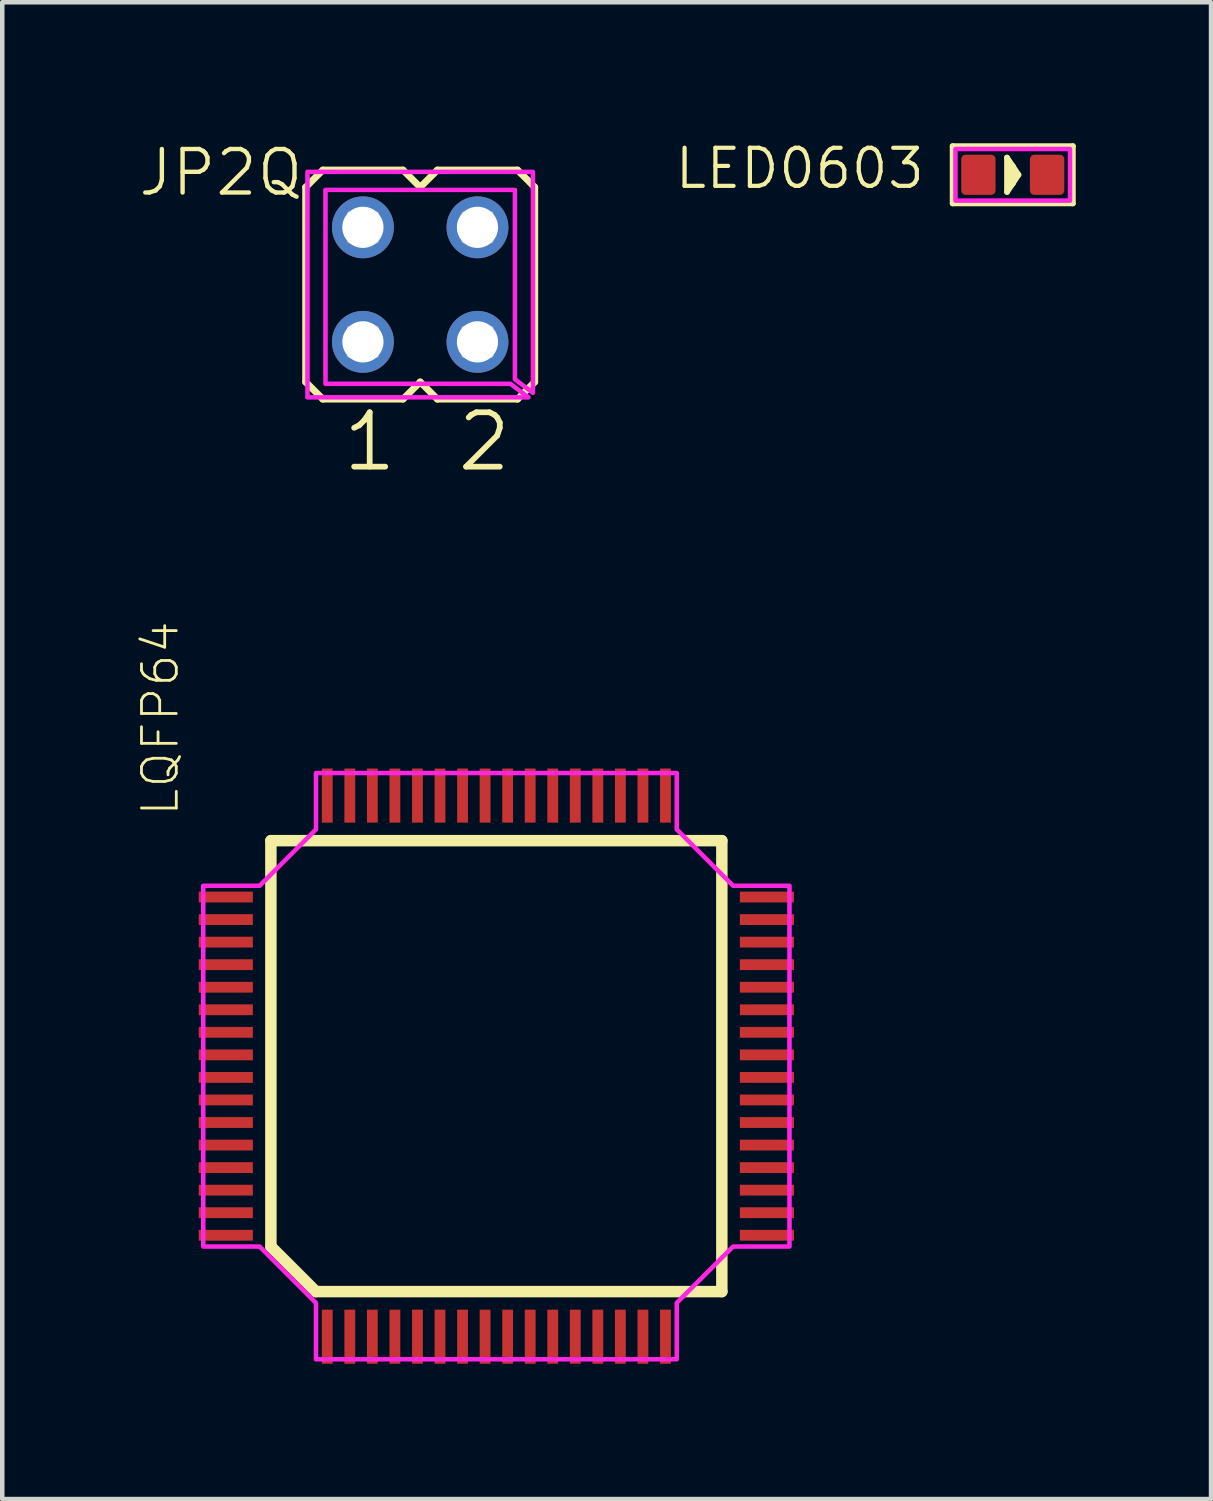
<source format=kicad_pcb>
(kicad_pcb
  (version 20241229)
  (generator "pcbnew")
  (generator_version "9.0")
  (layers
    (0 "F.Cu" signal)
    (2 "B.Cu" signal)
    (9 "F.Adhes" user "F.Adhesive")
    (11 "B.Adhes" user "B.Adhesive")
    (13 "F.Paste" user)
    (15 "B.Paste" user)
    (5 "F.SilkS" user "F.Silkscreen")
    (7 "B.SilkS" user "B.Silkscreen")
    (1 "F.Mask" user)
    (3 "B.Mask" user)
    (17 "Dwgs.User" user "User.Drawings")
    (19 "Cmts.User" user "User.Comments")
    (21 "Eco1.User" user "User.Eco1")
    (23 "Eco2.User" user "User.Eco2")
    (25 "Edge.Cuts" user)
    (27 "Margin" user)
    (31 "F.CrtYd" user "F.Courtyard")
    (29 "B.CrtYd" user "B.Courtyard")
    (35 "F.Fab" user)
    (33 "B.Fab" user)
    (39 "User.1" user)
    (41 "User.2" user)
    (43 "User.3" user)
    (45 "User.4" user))
  (footprint "LQFP64"
    (layer "F.Cu")
    (at 7.957 20.592)
    (property "Reference" "LQFP64" (at -7 -5.5 90) (layer "F.SilkS") (effects (font (size 0.772 0.772) (thickness 0.062)) (justify left bottom)))
    (attr smd)
    (fp_line (start -5 -5) (end 5 -5) (stroke (width 0.254) (type solid)) (layer "F.SilkS"))
    (fp_line (start -5 4) (end -5 -5) (stroke (width 0.254) (type solid)) (layer "F.SilkS"))
    (fp_line (start -5 4) (end -4 5) (stroke (width 0.254) (type solid)) (layer "F.SilkS"))
    (fp_line (start 5 -5) (end 5 5) (stroke (width 0.254) (type solid)) (layer "F.SilkS"))
    (fp_line (start 5 5) (end -4 5) (stroke (width 0.254) (type solid)) (layer "F.SilkS"))
    (fp_poly (pts (xy 4 -5.25) (xy 5.25 -4) (xy 6.5 -4) (xy 6.5 4) (xy 5.25 4) (xy 4 5.25) (xy 4 6.5) (xy -4 6.5) (xy -4 5.25) (xy -5.25 4) (xy -6.5 4) (xy -6.5 -4) (xy -5.25 -4) (xy -4 -5.25) (xy -4 -6.5) (xy 4 -6.5)) (stroke (width 0.1) (type solid)) (fill no) (layer "F.CrtYd"))
    (pad "1" smd rect (at -3.75 6 90) (size 1.2 0.24) (layers "F.Cu" "F.Mask" "F.Paste"))
    (pad "2" smd rect (at -3.25 6 90) (size 1.2 0.24) (layers "F.Cu" "F.Mask" "F.Paste"))
    (pad "3" smd rect (at -2.75 6 90) (size 1.2 0.24) (layers "F.Cu" "F.Mask" "F.Paste"))
    (pad "4" smd rect (at -2.25 6 90) (size 1.2 0.24) (layers "F.Cu" "F.Mask" "F.Paste"))
    (pad "5" smd rect (at -1.75 6 90) (size 1.2 0.24) (layers "F.Cu" "F.Mask" "F.Paste"))
    (pad "6" smd rect (at -1.25 6 90) (size 1.2 0.24) (layers "F.Cu" "F.Mask" "F.Paste"))
    (pad "7" smd rect (at -0.75 6 90) (size 1.2 0.24) (layers "F.Cu" "F.Mask" "F.Paste"))
    (pad "8" smd rect (at -0.25 6 90) (size 1.2 0.24) (layers "F.Cu" "F.Mask" "F.Paste"))
    (pad "9" smd rect (at 0.25 6 90) (size 1.2 0.24) (layers "F.Cu" "F.Mask" "F.Paste"))
    (pad "10" smd rect (at 0.75 6 90) (size 1.2 0.24) (layers "F.Cu" "F.Mask" "F.Paste"))
    (pad "11" smd rect (at 1.25 6 90) (size 1.2 0.24) (layers "F.Cu" "F.Mask" "F.Paste"))
    (pad "12" smd rect (at 1.75 6 90) (size 1.2 0.24) (layers "F.Cu" "F.Mask" "F.Paste"))
    (pad "13" smd rect (at 2.25 6 90) (size 1.2 0.24) (layers "F.Cu" "F.Mask" "F.Paste"))
    (pad "14" smd rect (at 2.75 6 90) (size 1.2 0.24) (layers "F.Cu" "F.Mask" "F.Paste"))
    (pad "15" smd rect (at 3.25 6 90) (size 1.2 0.24) (layers "F.Cu" "F.Mask" "F.Paste"))
    (pad "16" smd rect (at 3.75 6 90) (size 1.2 0.24) (layers "F.Cu" "F.Mask" "F.Paste"))
    (pad "17" smd rect (at 6 3.75 180) (size 1.2 0.24) (layers "F.Cu" "F.Mask" "F.Paste"))
    (pad "18" smd rect (at 6 3.25 180) (size 1.2 0.24) (layers "F.Cu" "F.Mask" "F.Paste"))
    (pad "19" smd rect (at 6 2.75 180) (size 1.2 0.24) (layers "F.Cu" "F.Mask" "F.Paste"))
    (pad "20" smd rect (at 6 2.25 180) (size 1.2 0.24) (layers "F.Cu" "F.Mask" "F.Paste"))
    (pad "21" smd rect (at 6 1.75 180) (size 1.2 0.24) (layers "F.Cu" "F.Mask" "F.Paste"))
    (pad "22" smd rect (at 6 1.25 180) (size 1.2 0.24) (layers "F.Cu" "F.Mask" "F.Paste"))
    (pad "23" smd rect (at 6 0.75 180) (size 1.2 0.24) (layers "F.Cu" "F.Mask" "F.Paste"))
    (pad "24" smd rect (at 6 0.25 180) (size 1.2 0.24) (layers "F.Cu" "F.Mask" "F.Paste"))
    (pad "25" smd rect (at 6 -0.25 180) (size 1.2 0.24) (layers "F.Cu" "F.Mask" "F.Paste"))
    (pad "26" smd rect (at 6 -0.75 180) (size 1.2 0.24) (layers "F.Cu" "F.Mask" "F.Paste"))
    (pad "27" smd rect (at 6 -1.25 180) (size 1.2 0.24) (layers "F.Cu" "F.Mask" "F.Paste"))
    (pad "28" smd rect (at 6 -1.75 180) (size 1.2 0.24) (layers "F.Cu" "F.Mask" "F.Paste"))
    (pad "29" smd rect (at 6 -2.25 180) (size 1.2 0.24) (layers "F.Cu" "F.Mask" "F.Paste"))
    (pad "30" smd rect (at 6 -2.75 180) (size 1.2 0.24) (layers "F.Cu" "F.Mask" "F.Paste"))
    (pad "31" smd rect (at 6 -3.25 180) (size 1.2 0.24) (layers "F.Cu" "F.Mask" "F.Paste"))
    (pad "32" smd rect (at 6 -3.75 180) (size 1.2 0.24) (layers "F.Cu" "F.Mask" "F.Paste"))
    (pad "33" smd rect (at 3.75 -6 270) (size 1.2 0.24) (layers "F.Cu" "F.Mask" "F.Paste"))
    (pad "34" smd rect (at 3.25 -6 270) (size 1.2 0.24) (layers "F.Cu" "F.Mask" "F.Paste"))
    (pad "35" smd rect (at 2.75 -6 270) (size 1.2 0.24) (layers "F.Cu" "F.Mask" "F.Paste"))
    (pad "36" smd rect (at 2.25 -6 270) (size 1.2 0.24) (layers "F.Cu" "F.Mask" "F.Paste"))
    (pad "37" smd rect (at 1.75 -6 270) (size 1.2 0.24) (layers "F.Cu" "F.Mask" "F.Paste"))
    (pad "38" smd rect (at 1.25 -6 270) (size 1.2 0.24) (layers "F.Cu" "F.Mask" "F.Paste"))
    (pad "39" smd rect (at 0.75 -6 270) (size 1.2 0.24) (layers "F.Cu" "F.Mask" "F.Paste"))
    (pad "40" smd rect (at 0.25 -6 270) (size 1.2 0.24) (layers "F.Cu" "F.Mask" "F.Paste"))
    (pad "41" smd rect (at -0.25 -6 270) (size 1.2 0.24) (layers "F.Cu" "F.Mask" "F.Paste"))
    (pad "42" smd rect (at -0.75 -6 270) (size 1.2 0.24) (layers "F.Cu" "F.Mask" "F.Paste"))
    (pad "43" smd rect (at -1.25 -6 270) (size 1.2 0.24) (layers "F.Cu" "F.Mask" "F.Paste"))
    (pad "44" smd rect (at -1.75 -6 270) (size 1.2 0.24) (layers "F.Cu" "F.Mask" "F.Paste"))
    (pad "45" smd rect (at -2.25 -6 270) (size 1.2 0.24) (layers "F.Cu" "F.Mask" "F.Paste"))
    (pad "46" smd rect (at -2.75 -6 270) (size 1.2 0.24) (layers "F.Cu" "F.Mask" "F.Paste"))
    (pad "47" smd rect (at -3.25 -6 270) (size 1.2 0.24) (layers "F.Cu" "F.Mask" "F.Paste"))
    (pad "48" smd rect (at -3.75 -6 270) (size 1.2 0.24) (layers "F.Cu" "F.Mask" "F.Paste"))
    (pad "49" smd rect (at -6 -3.75) (size 1.2 0.24) (layers "F.Cu" "F.Mask" "F.Paste"))
    (pad "50" smd rect (at -6 -3.25) (size 1.2 0.24) (layers "F.Cu" "F.Mask" "F.Paste"))
    (pad "51" smd rect (at -6 -2.75) (size 1.2 0.24) (layers "F.Cu" "F.Mask" "F.Paste"))
    (pad "52" smd rect (at -6 -2.25) (size 1.2 0.24) (layers "F.Cu" "F.Mask" "F.Paste"))
    (pad "53" smd rect (at -6 -1.75) (size 1.2 0.24) (layers "F.Cu" "F.Mask" "F.Paste"))
    (pad "54" smd rect (at -6 -1.25) (size 1.2 0.24) (layers "F.Cu" "F.Mask" "F.Paste"))
    (pad "55" smd rect (at -6 -0.75) (size 1.2 0.24) (layers "F.Cu" "F.Mask" "F.Paste"))
    (pad "56" smd rect (at -6 -0.25) (size 1.2 0.24) (layers "F.Cu" "F.Mask" "F.Paste"))
    (pad "57" smd rect (at -6 0.25) (size 1.2 0.24) (layers "F.Cu" "F.Mask" "F.Paste"))
    (pad "58" smd rect (at -6 0.75) (size 1.2 0.24) (layers "F.Cu" "F.Mask" "F.Paste"))
    (pad "59" smd rect (at -6 1.25) (size 1.2 0.24) (layers "F.Cu" "F.Mask" "F.Paste"))
    (pad "60" smd rect (at -6 1.75) (size 1.2 0.24) (layers "F.Cu" "F.Mask" "F.Paste"))
    (pad "61" smd rect (at -6 2.25) (size 1.2 0.24) (layers "F.Cu" "F.Mask" "F.Paste"))
    (pad "62" smd rect (at -6 2.75) (size 1.2 0.24) (layers "F.Cu" "F.Mask" "F.Paste"))
    (pad "63" smd rect (at -6 3.25) (size 1.2 0.24) (layers "F.Cu" "F.Mask" "F.Paste"))
    (pad "64" smd rect (at -6 3.75) (size 1.2 0.24) (layers "F.Cu" "F.Mask" "F.Paste")))
  (footprint "JP2Q"
    (layer "F.Cu")
    (at 6.268 3.261)
    (property "Reference" "JP2Q" (at -2.54 -3.048 180) (layer "F.SilkS") (effects (font (size 0.965 0.965) (thickness 0.097)) (justify right top)))
    (attr through_hole)
    (fp_line (start -2.54 -2.159) (end -2.159 -2.54) (stroke (width 0.152) (type solid)) (layer "F.SilkS"))
    (fp_line (start -2.54 2.159) (end -2.54 -2.159) (stroke (width 0.152) (type solid)) (layer "F.SilkS"))
    (fp_line (start -2.54 2.159) (end -2.159 2.54) (stroke (width 0.152) (type solid)) (layer "F.SilkS"))
    (fp_line (start -2.159 -2.54) (end -0.381 -2.54) (stroke (width 0.152) (type solid)) (layer "F.SilkS"))
    (fp_line (start -2.159 2.54) (end -0.381 2.54) (stroke (width 0.152) (type solid)) (layer "F.SilkS"))
    (fp_line (start -0.381 -2.54) (end 0 -2.159) (stroke (width 0.152) (type solid)) (layer "F.SilkS"))
    (fp_line (start 0 -2.159) (end 0.381 -2.54) (stroke (width 0.152) (type solid)) (layer "F.SilkS"))
    (fp_line (start 0 2.159) (end -0.381 2.54) (stroke (width 0.152) (type solid)) (layer "F.SilkS"))
    (fp_line (start 0 2.159) (end 0.381 2.54) (stroke (width 0.152) (type solid)) (layer "F.SilkS"))
    (fp_line (start 0.381 -2.54) (end 2.159 -2.54) (stroke (width 0.152) (type solid)) (layer "F.SilkS"))
    (fp_line (start 2.159 2.54) (end 0.381 2.54) (stroke (width 0.152) (type solid)) (layer "F.SilkS"))
    (fp_line (start 2.54 -2.159) (end 2.159 -2.54) (stroke (width 0.152) (type solid)) (layer "F.SilkS"))
    (fp_line (start 2.54 -2.159) (end 2.54 2.159) (stroke (width 0.152) (type solid)) (layer "F.SilkS"))
    (fp_line (start 2.54 2.159) (end 2.159 2.54) (stroke (width 0.152) (type solid)) (layer "F.SilkS"))
    (fp_poly (pts (xy 2.5 2.4) (xy 2.1 2.1) (xy 2.1 -2.1) (xy -2.1 -2.1) (xy -2.1 2.2) (xy 2 2.2) (xy 2.4 2.5) (xy -2.5 2.5) (xy -2.5 -2.5) (xy 2.5 -2.5)) (stroke (width 0.1) (type solid)) (fill no) (layer "F.CrtYd"))
    (fp_poly (pts (xy -1.575 -0.965) (xy -0.965 -0.965) (xy -0.965 -1.575) (xy -1.575 -1.575)) (stroke (width 0.1) (type solid)) (fill no) (layer "F.Fab"))
    (fp_poly (pts (xy -1.575 1.575) (xy -0.965 1.575) (xy -0.965 0.965) (xy -1.575 0.965)) (stroke (width 0.1) (type solid)) (fill no) (layer "F.Fab"))
    (fp_poly (pts (xy 0.965 -0.965) (xy 1.575 -0.965) (xy 1.575 -1.575) (xy 0.965 -1.575)) (stroke (width 0.1) (type solid)) (fill no) (layer "F.Fab"))
    (fp_poly (pts (xy 0.965 1.575) (xy 1.575 1.575) (xy 1.575 0.965) (xy 0.965 0.965)) (stroke (width 0.1) (type solid)) (fill no) (layer "F.Fab"))
    (fp_text user "2" (at 0.762 4.191 0) (layer "F.SilkS") (effects (font (size 1.206 1.206) (thickness 0.127)) (justify left bottom)))
    (fp_text user "1" (at -1.778 4.191 0) (layer "F.SilkS") (effects (font (size 1.206 1.206) (thickness 0.127)) (justify left bottom)))
    (pad "1" thru_hole circle (at -1.27 1.27) (size 1.372 1.372) (drill 0.914) (layers "*.Cu" "*.Mask"))
    (pad "2" thru_hole circle (at 1.27 1.27) (size 1.372 1.372) (drill 0.914) (layers "*.Cu" "*.Mask"))
    (pad "3" thru_hole circle (at -1.27 -1.27) (size 1.372 1.372) (drill 0.914) (layers "*.Cu" "*.Mask"))
    (pad "4" thru_hole circle (at 1.27 -1.27) (size 1.372 1.372) (drill 0.914) (layers "*.Cu" "*.Mask")))
  (footprint "LED0603"
    (layer "F.Cu")
    (at 19.408 0.826)
    (property "Reference" "LED0603" (at -1.905 -0.635 180) (layer "F.SilkS") (effects (font (size 0.845 0.845) (thickness 0.093)) (justify right top)))
    (attr smd)
    (fp_line (start -1.333 -0.635) (end 1.333 -0.635) (stroke (width 0.127) (type solid)) (layer "F.SilkS"))
    (fp_line (start -1.333 0.635) (end -1.333 -0.635) (stroke (width 0.127) (type solid)) (layer "F.SilkS"))
    (fp_line (start -0.127 -0.381) (end -0.127 0.381) (stroke (width 0.127) (type solid)) (layer "F.SilkS"))
    (fp_line (start -0.127 0.381) (end 0 0.191) (stroke (width 0.127) (type solid)) (layer "F.SilkS"))
    (fp_line (start -0.064 -0.254) (end -0.064 0.254) (stroke (width 0.127) (type solid)) (layer "F.SilkS"))
    (fp_line (start 0 -0.191) (end -0.127 -0.381) (stroke (width 0.127) (type solid)) (layer "F.SilkS"))
    (fp_line (start 0 -0.191) (end 0 0.191) (stroke (width 0.127) (type solid)) (layer "F.SilkS"))
    (fp_line (start 0 0.191) (end 0.127 0) (stroke (width 0.127) (type solid)) (layer "F.SilkS"))
    (fp_line (start 0.127 0) (end 0 -0.191) (stroke (width 0.127) (type solid)) (layer "F.SilkS"))
    (fp_line (start 1.333 -0.635) (end 1.333 0.635) (stroke (width 0.127) (type solid)) (layer "F.SilkS"))
    (fp_line (start 1.333 0.635) (end -1.333 0.635) (stroke (width 0.127) (type solid)) (layer "F.SilkS"))
    (fp_poly (pts (xy -1.27 0.572) (xy 1.27 0.572) (xy 1.27 -0.572) (xy -1.27 -0.572)) (stroke (width 0.1) (type solid)) (fill no) (layer "F.CrtYd"))
    (pad "+" smd roundrect (at -0.762 0) (size 0.762 0.889) (layers "F.Cu" "F.Mask" "F.Paste") (roundrect_rratio 0.125))
    (pad "-" smd roundrect (at 0.762 0) (size 0.762 0.889) (layers "F.Cu" "F.Mask" "F.Paste") (roundrect_rratio 0.125)))
  (gr_rect
    (start -3 -3)
    (end 23.805 30.192)
    (stroke (width 0.1) (type default))
    (fill no)
    (layer "Edge.Cuts")))
</source>
